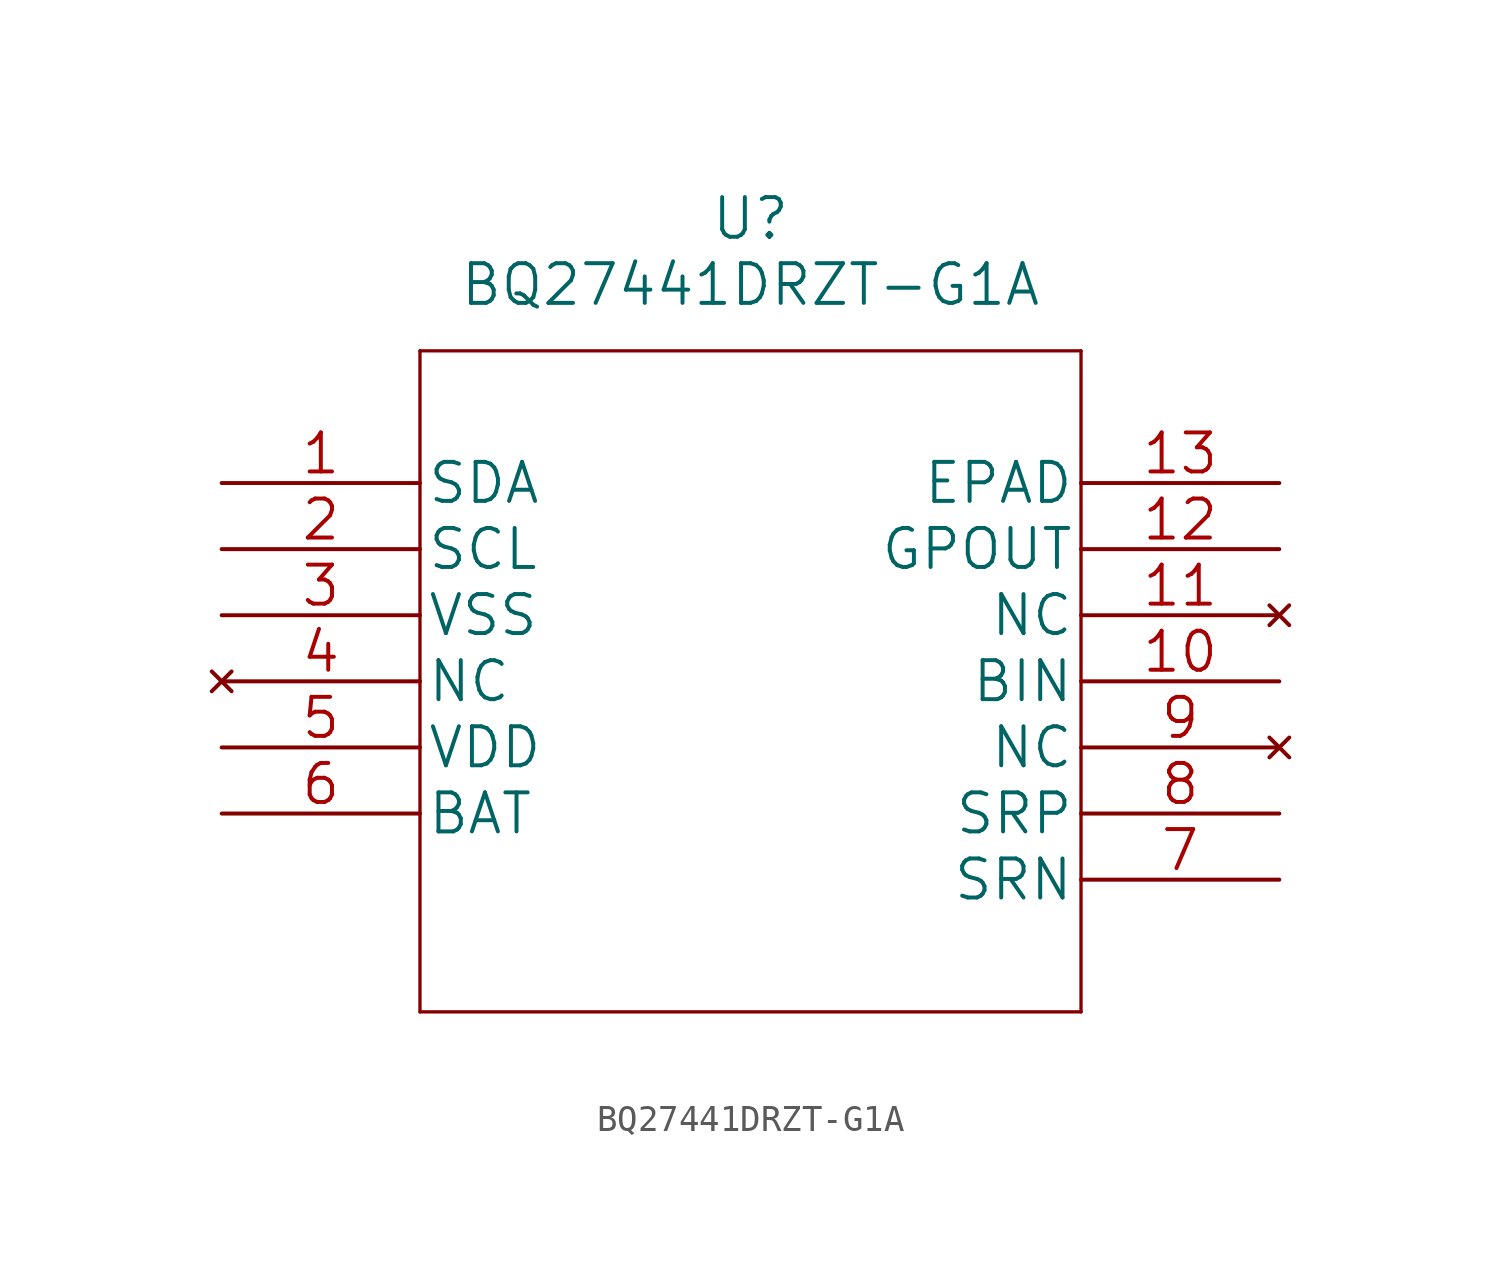
<source format=kicad_sym>
(kicad_symbol_lib
  (version 20220914)
  (generator kicad_symbol_editor)
  (symbol "BQ27441DRZT-G1A"
    (pin_names
      (offset 0.254))
    (property "Reference" "U"
      (at 20.32 10.16 0)
      (effects (font (size 1.524 1.524))))
    (property "Value" "BQ27441DRZT-G1A"
      (at 20.32 7.62 0)
      (effects (font (size 1.524 1.524))))
    (property "Datasheet" ""
      (at 0 0 0)
      (effects (font (size 1.524 1.524))))
    (property "ki_locked" ""
      (at 0 0 0)
      (effects (font (size 1.27 1.27))))
    (symbol "BQ27441DRZT-G1A_1_1"
      (polyline (pts (xy 7.62 -20.32) (xy 33.02 -20.32)) (stroke (width 0.127) (type solid)) (fill (type none)))
      (polyline (pts (xy 7.62 5.08) (xy 7.62 -20.32)) (stroke (width 0.127) (type solid)) (fill (type none)))
      (polyline (pts (xy 33.02 -20.32) (xy 33.02 5.08)) (stroke (width 0.127) (type solid)) (fill (type none)))
      (polyline (pts (xy 33.02 5.08) (xy 7.62 5.08)) (stroke (width 0.127) (type solid)) (fill (type none)))
      (pin bidirectional line (at 0 0 0) (length 7.62) (name "SDA" (effects (font (size 1.499 1.499)))) (number "1" (effects (font (size 1.499 1.499)))))
      (pin input line (at 40.64 -7.62 180) (length 7.62) (name "BIN" (effects (font (size 1.499 1.499)))) (number "10" (effects (font (size 1.499 1.499)))))
      (pin no_connect line (at 40.64 -5.08 180) (length 7.62) (name "NC" (effects (font (size 1.499 1.499)))) (number "11" (effects (font (size 1.499 1.499)))))
      (pin output line (at 40.64 -2.54 180) (length 7.62) (name "GPOUT" (effects (font (size 1.499 1.499)))) (number "12" (effects (font (size 1.499 1.499)))))
      (pin unspecified line (at 40.64 0 180) (length 7.62) (name "EPAD" (effects (font (size 1.499 1.499)))) (number "13" (effects (font (size 1.499 1.499)))))
      (pin bidirectional line (at 0 -2.54 0) (length 7.62) (name "SCL" (effects (font (size 1.499 1.499)))) (number "2" (effects (font (size 1.499 1.499)))))
      (pin power_in line (at 0 -5.08 0) (length 7.62) (name "VSS" (effects (font (size 1.499 1.499)))) (number "3" (effects (font (size 1.499 1.499)))))
      (pin no_connect line (at 0 -7.62 0) (length 7.62) (name "NC" (effects (font (size 1.499 1.499)))) (number "4" (effects (font (size 1.499 1.499)))))
      (pin power_in line (at 0 -10.16 0) (length 7.62) (name "VDD" (effects (font (size 1.499 1.499)))) (number "5" (effects (font (size 1.499 1.499)))))
      (pin input line (at 0 -12.7 0) (length 7.62) (name "BAT" (effects (font (size 1.499 1.499)))) (number "6" (effects (font (size 1.499 1.499)))))
      (pin input line (at 40.64 -15.24 180) (length 7.62) (name "SRN" (effects (font (size 1.499 1.499)))) (number "7" (effects (font (size 1.499 1.499)))))
      (pin input line (at 40.64 -12.7 180) (length 7.62) (name "SRP" (effects (font (size 1.499 1.499)))) (number "8" (effects (font (size 1.499 1.499)))))
      (pin no_connect line (at 40.64 -10.16 180) (length 7.62) (name "NC" (effects (font (size 1.499 1.499)))) (number "9" (effects (font (size 1.499 1.499))))))))
</source>
